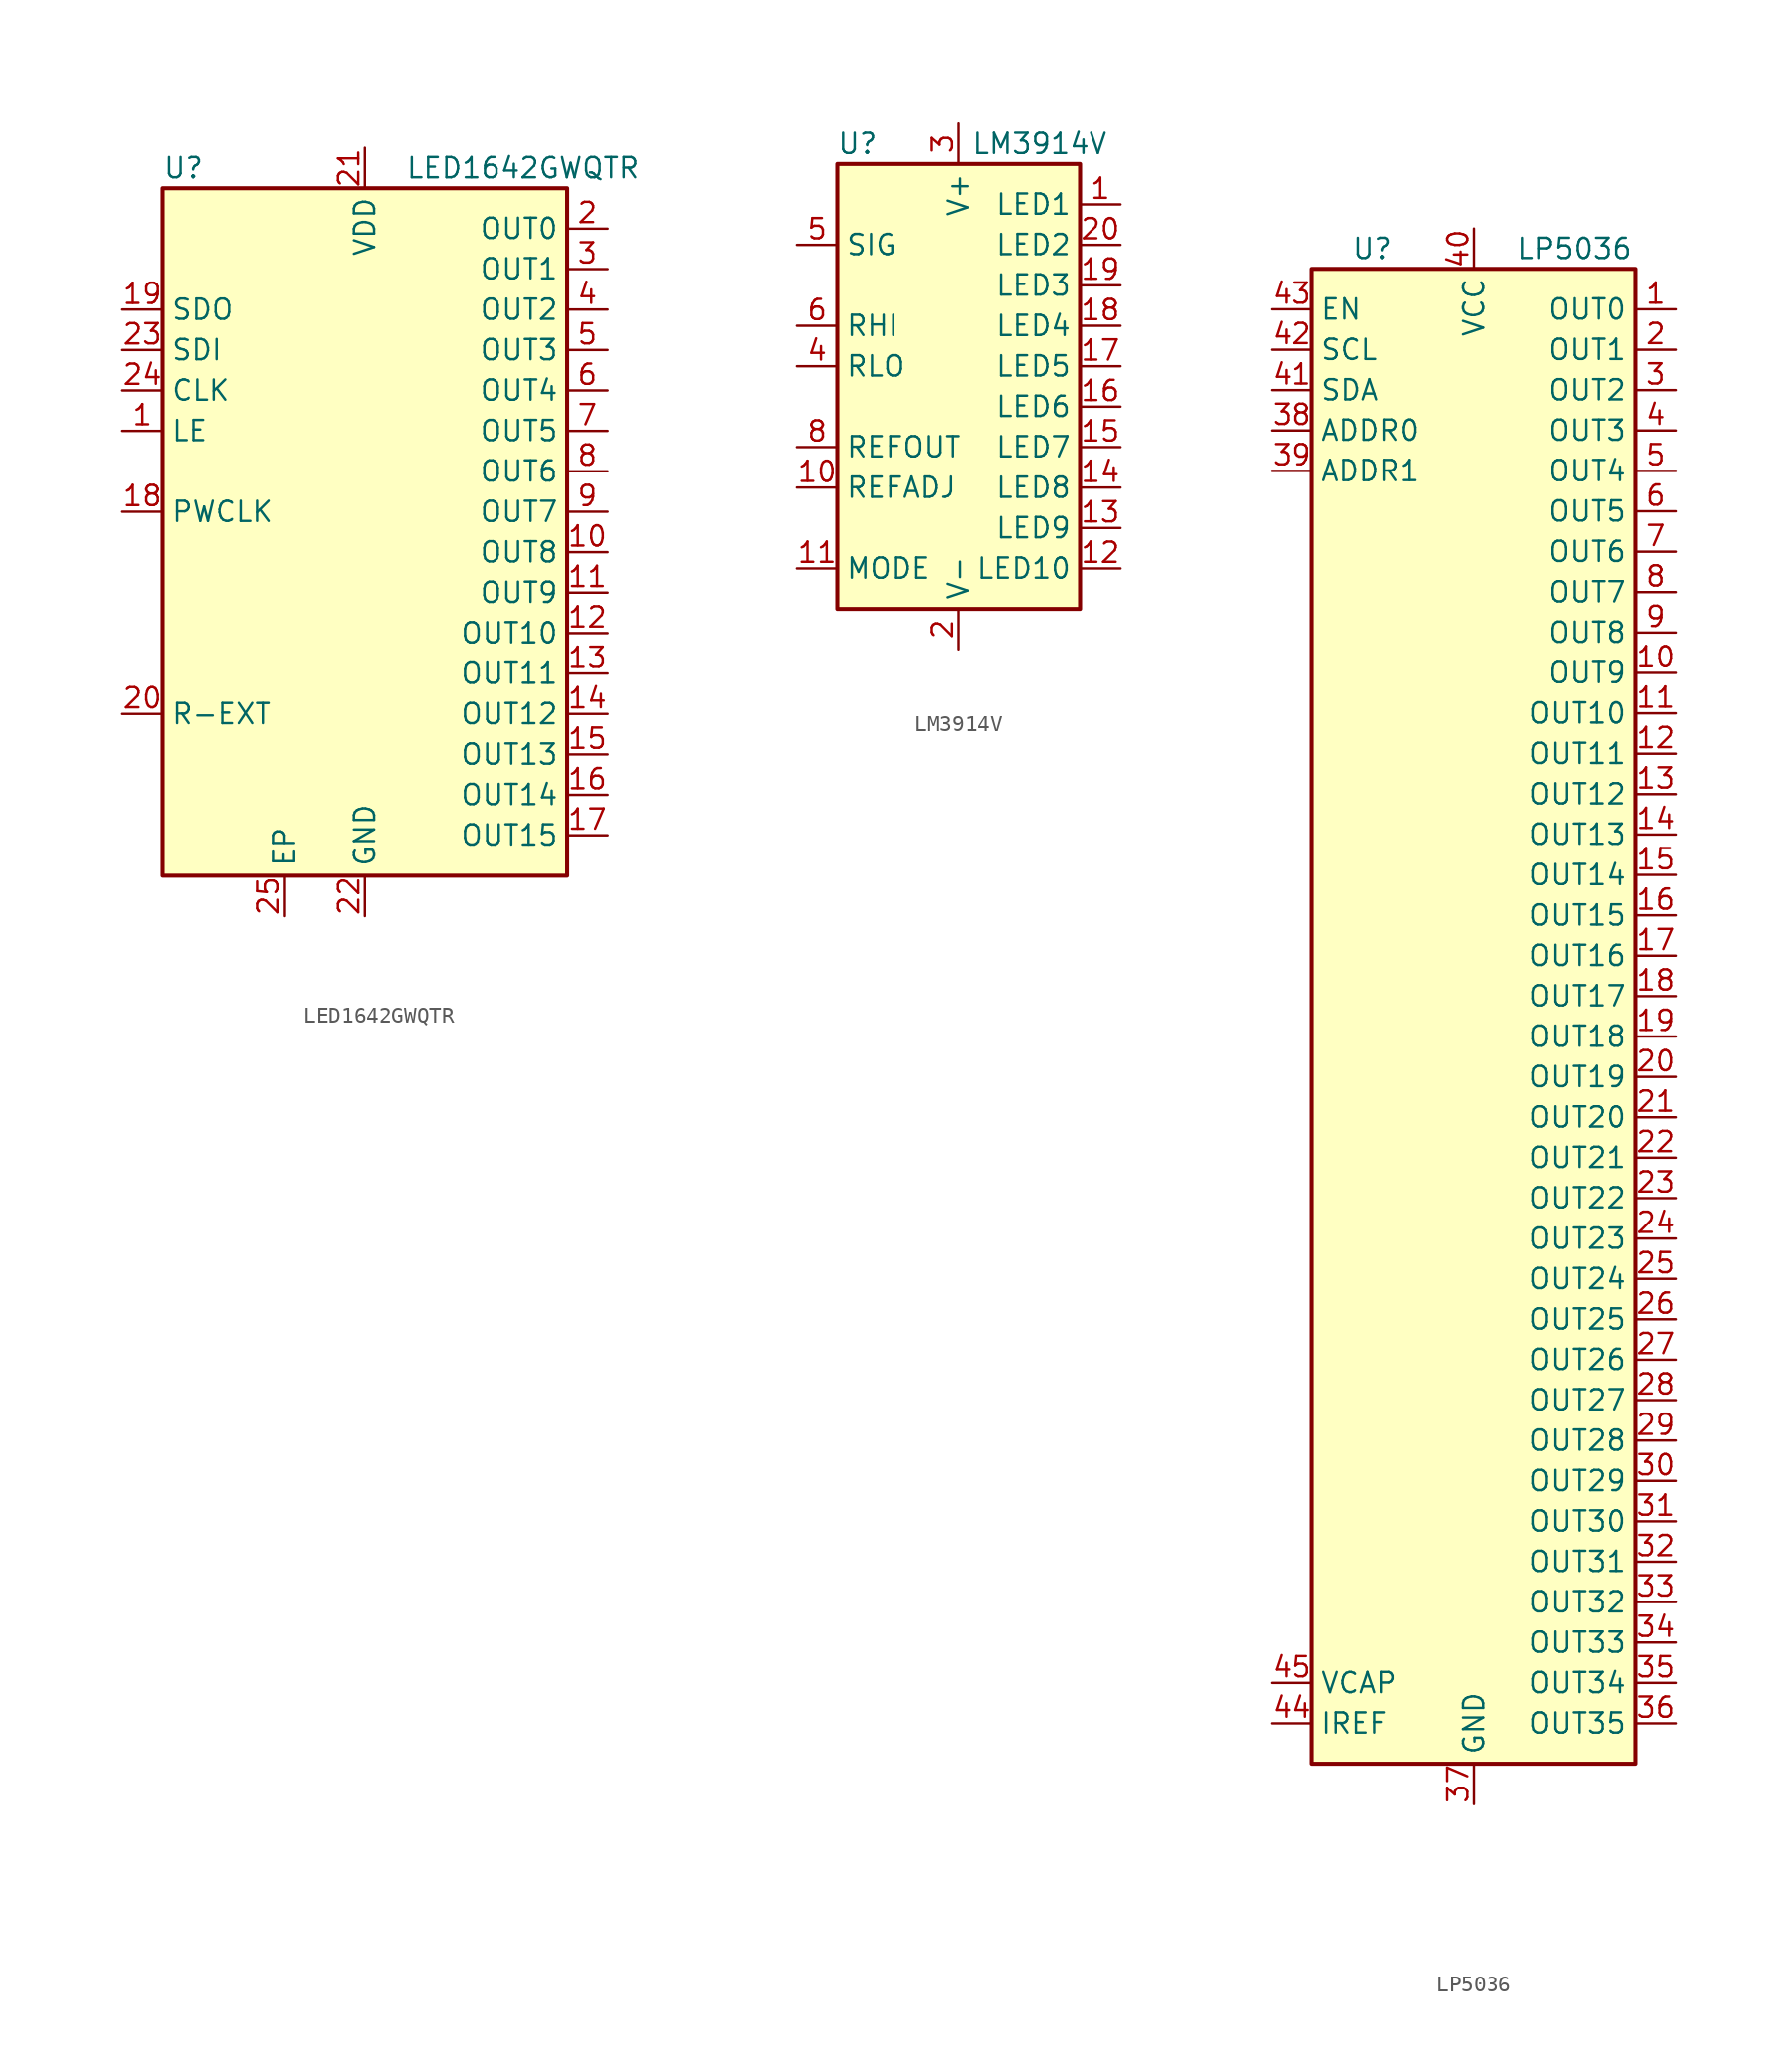
<source format=kicad_sym>
(kicad_symbol_lib
  (version 20211014)
  (generator kicad_symbol_editor)
  (symbol "LED1642GWQTR"
    (property "Reference" "U"
      (at -12.7 21.59 0)
      (effects (font (size 1.27 1.27)) (justify left)))
    (property "Value" "LED1642GWQTR"
      (at 2.54 21.59 0)
      (effects (font (size 1.27 1.27)) (justify left)))
    (symbol "LED1642GWQTR_0_1"
      (rectangle (start -12.7 20.32) (end 12.7 -22.86) (stroke (width 0.254) (type default) (color 0 0 0 0)) (fill (type background))))
    (symbol "LED1642GWQTR_1_1"
      (pin input line (at -15.24 5.08 0) (length 2.54) (name "LE" (effects (font (size 1.27 1.27)))) (number "1" (effects (font (size 1.27 1.27)))))
      (pin output line (at 15.24 -2.54 180) (length 2.54) (name "OUT8" (effects (font (size 1.27 1.27)))) (number "10" (effects (font (size 1.27 1.27)))))
      (pin output line (at 15.24 -5.08 180) (length 2.54) (name "OUT9" (effects (font (size 1.27 1.27)))) (number "11" (effects (font (size 1.27 1.27)))))
      (pin output line (at 15.24 -7.62 180) (length 2.54) (name "OUT10" (effects (font (size 1.27 1.27)))) (number "12" (effects (font (size 1.27 1.27)))))
      (pin output line (at 15.24 -10.16 180) (length 2.54) (name "OUT11" (effects (font (size 1.27 1.27)))) (number "13" (effects (font (size 1.27 1.27)))))
      (pin output line (at 15.24 -12.7 180) (length 2.54) (name "OUT12" (effects (font (size 1.27 1.27)))) (number "14" (effects (font (size 1.27 1.27)))))
      (pin output line (at 15.24 -15.24 180) (length 2.54) (name "OUT13" (effects (font (size 1.27 1.27)))) (number "15" (effects (font (size 1.27 1.27)))))
      (pin output line (at 15.24 -17.78 180) (length 2.54) (name "OUT14" (effects (font (size 1.27 1.27)))) (number "16" (effects (font (size 1.27 1.27)))))
      (pin output line (at 15.24 -20.32 180) (length 2.54) (name "OUT15" (effects (font (size 1.27 1.27)))) (number "17" (effects (font (size 1.27 1.27)))))
      (pin input line (at -15.24 0 0) (length 2.54) (name "PWCLK" (effects (font (size 1.27 1.27)))) (number "18" (effects (font (size 1.27 1.27)))))
      (pin output line (at -15.24 12.7 0) (length 2.54) (name "SDO" (effects (font (size 1.27 1.27)))) (number "19" (effects (font (size 1.27 1.27)))))
      (pin output line (at 15.24 17.78 180) (length 2.54) (name "OUT0" (effects (font (size 1.27 1.27)))) (number "2" (effects (font (size 1.27 1.27)))))
      (pin passive line (at -15.24 -12.7 0) (length 2.54) (name "R-EXT" (effects (font (size 1.27 1.27)))) (number "20" (effects (font (size 1.27 1.27)))))
      (pin power_in line (at 0 22.86 270) (length 2.54) (name "VDD" (effects (font (size 1.27 1.27)))) (number "21" (effects (font (size 1.27 1.27)))))
      (pin power_in line (at 0 -25.4 90) (length 2.54) (name "GND" (effects (font (size 1.27 1.27)))) (number "22" (effects (font (size 1.27 1.27)))))
      (pin input line (at -15.24 10.16 0) (length 2.54) (name "SDI" (effects (font (size 1.27 1.27)))) (number "23" (effects (font (size 1.27 1.27)))))
      (pin input line (at -15.24 7.62 0) (length 2.54) (name "CLK" (effects (font (size 1.27 1.27)))) (number "24" (effects (font (size 1.27 1.27)))))
      (pin passive line (at -5.08 -25.4 90) (length 2.54) (name "EP" (effects (font (size 1.27 1.27)))) (number "25" (effects (font (size 1.27 1.27)))))
      (pin output line (at 15.24 15.24 180) (length 2.54) (name "OUT1" (effects (font (size 1.27 1.27)))) (number "3" (effects (font (size 1.27 1.27)))))
      (pin output line (at 15.24 12.7 180) (length 2.54) (name "OUT2" (effects (font (size 1.27 1.27)))) (number "4" (effects (font (size 1.27 1.27)))))
      (pin output line (at 15.24 10.16 180) (length 2.54) (name "OUT3" (effects (font (size 1.27 1.27)))) (number "5" (effects (font (size 1.27 1.27)))))
      (pin output line (at 15.24 7.62 180) (length 2.54) (name "OUT4" (effects (font (size 1.27 1.27)))) (number "6" (effects (font (size 1.27 1.27)))))
      (pin output line (at 15.24 5.08 180) (length 2.54) (name "OUT5" (effects (font (size 1.27 1.27)))) (number "7" (effects (font (size 1.27 1.27)))))
      (pin output line (at 15.24 2.54 180) (length 2.54) (name "OUT6" (effects (font (size 1.27 1.27)))) (number "8" (effects (font (size 1.27 1.27)))))
      (pin output line (at 15.24 0 180) (length 2.54) (name "OUT7" (effects (font (size 1.27 1.27)))) (number "9" (effects (font (size 1.27 1.27)))))))
  (symbol "LM3914V"
    (property "Reference" "U"
      (at -6.35 13.97 0)
      (effects (font (size 1.27 1.27))))
    (property "Value" "LM3914V"
      (at 5.08 13.97 0)
      (effects (font (size 1.27 1.27))))
    (symbol "LM3914V_0_1"
      (rectangle (start -7.62 12.7) (end 7.62 -15.24) (stroke (width 0.254) (type default) (color 0 0 0 0)) (fill (type background))))
    (symbol "LM3914V_1_1"
      (pin open_collector line (at 10.16 10.16 180) (length 2.54) (name "LED1" (effects (font (size 1.27 1.27)))) (number "1" (effects (font (size 1.27 1.27)))))
      (pin input line (at -10.16 -7.62 0) (length 2.54) (name "REFADJ" (effects (font (size 1.27 1.27)))) (number "10" (effects (font (size 1.27 1.27)))))
      (pin input line (at -10.16 -12.7 0) (length 2.54) (name "MODE" (effects (font (size 1.27 1.27)))) (number "11" (effects (font (size 1.27 1.27)))))
      (pin open_collector line (at 10.16 -12.7 180) (length 2.54) (name "LED10" (effects (font (size 1.27 1.27)))) (number "12" (effects (font (size 1.27 1.27)))))
      (pin open_collector line (at 10.16 -10.16 180) (length 2.54) (name "LED9" (effects (font (size 1.27 1.27)))) (number "13" (effects (font (size 1.27 1.27)))))
      (pin open_collector line (at 10.16 -7.62 180) (length 2.54) (name "LED8" (effects (font (size 1.27 1.27)))) (number "14" (effects (font (size 1.27 1.27)))))
      (pin open_collector line (at 10.16 -5.08 180) (length 2.54) (name "LED7" (effects (font (size 1.27 1.27)))) (number "15" (effects (font (size 1.27 1.27)))))
      (pin open_collector line (at 10.16 -2.54 180) (length 2.54) (name "LED6" (effects (font (size 1.27 1.27)))) (number "16" (effects (font (size 1.27 1.27)))))
      (pin open_collector line (at 10.16 0 180) (length 2.54) (name "LED5" (effects (font (size 1.27 1.27)))) (number "17" (effects (font (size 1.27 1.27)))))
      (pin open_collector line (at 10.16 2.54 180) (length 2.54) (name "LED4" (effects (font (size 1.27 1.27)))) (number "18" (effects (font (size 1.27 1.27)))))
      (pin open_collector line (at 10.16 5.08 180) (length 2.54) (name "LED3" (effects (font (size 1.27 1.27)))) (number "19" (effects (font (size 1.27 1.27)))))
      (pin power_in line (at 0 -17.78 90) (length 2.54) (name "V-" (effects (font (size 1.27 1.27)))) (number "2" (effects (font (size 1.27 1.27)))))
      (pin open_collector line (at 10.16 7.62 180) (length 2.54) (name "LED2" (effects (font (size 1.27 1.27)))) (number "20" (effects (font (size 1.27 1.27)))))
      (pin power_in line (at 0 15.24 270) (length 2.54) (name "V+" (effects (font (size 1.27 1.27)))) (number "3" (effects (font (size 1.27 1.27)))))
      (pin input line (at -10.16 0 0) (length 2.54) (name "RLO" (effects (font (size 1.27 1.27)))) (number "4" (effects (font (size 1.27 1.27)))))
      (pin input line (at -10.16 7.62 0) (length 2.54) (name "SIG" (effects (font (size 1.27 1.27)))) (number "5" (effects (font (size 1.27 1.27)))))
      (pin input line (at -10.16 2.54 0) (length 2.54) (name "RHI" (effects (font (size 1.27 1.27)))) (number "6" (effects (font (size 1.27 1.27)))))
      (pin no_connect line (at -7.62 5.08 0) (length 2.54) hide (name "NC" (effects (font (size 1.27 1.27)))) (number "7" (effects (font (size 1.27 1.27)))))
      (pin output line (at -10.16 -5.08 0) (length 2.54) (name "REFOUT" (effects (font (size 1.27 1.27)))) (number "8" (effects (font (size 1.27 1.27)))))
      (pin no_connect line (at -7.62 -2.54 0) (length 2.54) hide (name "NC" (effects (font (size 1.27 1.27)))) (number "9" (effects (font (size 1.27 1.27)))))))
  (symbol "LP5036"
    (property "Reference" "U"
      (at -6.35 49.53 0)
      (effects (font (size 1.27 1.27))))
    (property "Value" "LP5036"
      (at 6.35 49.53 0)
      (effects (font (size 1.27 1.27))))
    (symbol "LP5036_0_1"
      (rectangle (start -10.16 48.26) (end 10.16 -45.72) (stroke (width 0.254) (type default) (color 0 0 0 0)) (fill (type background))))
    (symbol "LP5036_1_1"
      (pin power_out line (at 12.7 45.72 180) (length 2.54) (name "OUT0" (effects (font (size 1.27 1.27)))) (number "1" (effects (font (size 1.27 1.27)))))
      (pin power_out line (at 12.7 22.86 180) (length 2.54) (name "OUT9" (effects (font (size 1.27 1.27)))) (number "10" (effects (font (size 1.27 1.27)))))
      (pin power_out line (at 12.7 20.32 180) (length 2.54) (name "OUT10" (effects (font (size 1.27 1.27)))) (number "11" (effects (font (size 1.27 1.27)))))
      (pin power_out line (at 12.7 17.78 180) (length 2.54) (name "OUT11" (effects (font (size 1.27 1.27)))) (number "12" (effects (font (size 1.27 1.27)))))
      (pin power_out line (at 12.7 15.24 180) (length 2.54) (name "OUT12" (effects (font (size 1.27 1.27)))) (number "13" (effects (font (size 1.27 1.27)))))
      (pin power_out line (at 12.7 12.7 180) (length 2.54) (name "OUT13" (effects (font (size 1.27 1.27)))) (number "14" (effects (font (size 1.27 1.27)))))
      (pin power_out line (at 12.7 10.16 180) (length 2.54) (name "OUT14" (effects (font (size 1.27 1.27)))) (number "15" (effects (font (size 1.27 1.27)))))
      (pin power_out line (at 12.7 7.62 180) (length 2.54) (name "OUT15" (effects (font (size 1.27 1.27)))) (number "16" (effects (font (size 1.27 1.27)))))
      (pin power_out line (at 12.7 5.08 180) (length 2.54) (name "OUT16" (effects (font (size 1.27 1.27)))) (number "17" (effects (font (size 1.27 1.27)))))
      (pin power_out line (at 12.7 2.54 180) (length 2.54) (name "OUT17" (effects (font (size 1.27 1.27)))) (number "18" (effects (font (size 1.27 1.27)))))
      (pin power_out line (at 12.7 0 180) (length 2.54) (name "OUT18" (effects (font (size 1.27 1.27)))) (number "19" (effects (font (size 1.27 1.27)))))
      (pin power_out line (at 12.7 43.18 180) (length 2.54) (name "OUT1" (effects (font (size 1.27 1.27)))) (number "2" (effects (font (size 1.27 1.27)))))
      (pin power_out line (at 12.7 -2.54 180) (length 2.54) (name "OUT19" (effects (font (size 1.27 1.27)))) (number "20" (effects (font (size 1.27 1.27)))))
      (pin power_out line (at 12.7 -5.08 180) (length 2.54) (name "OUT20" (effects (font (size 1.27 1.27)))) (number "21" (effects (font (size 1.27 1.27)))))
      (pin power_out line (at 12.7 -7.62 180) (length 2.54) (name "OUT21" (effects (font (size 1.27 1.27)))) (number "22" (effects (font (size 1.27 1.27)))))
      (pin power_out line (at 12.7 -10.16 180) (length 2.54) (name "OUT22" (effects (font (size 1.27 1.27)))) (number "23" (effects (font (size 1.27 1.27)))))
      (pin power_out line (at 12.7 -12.7 180) (length 2.54) (name "OUT23" (effects (font (size 1.27 1.27)))) (number "24" (effects (font (size 1.27 1.27)))))
      (pin power_out line (at 12.7 -15.24 180) (length 2.54) (name "OUT24" (effects (font (size 1.27 1.27)))) (number "25" (effects (font (size 1.27 1.27)))))
      (pin power_out line (at 12.7 -17.78 180) (length 2.54) (name "OUT25" (effects (font (size 1.27 1.27)))) (number "26" (effects (font (size 1.27 1.27)))))
      (pin power_out line (at 12.7 -20.32 180) (length 2.54) (name "OUT26" (effects (font (size 1.27 1.27)))) (number "27" (effects (font (size 1.27 1.27)))))
      (pin power_out line (at 12.7 -22.86 180) (length 2.54) (name "OUT27" (effects (font (size 1.27 1.27)))) (number "28" (effects (font (size 1.27 1.27)))))
      (pin power_out line (at 12.7 -25.4 180) (length 2.54) (name "OUT28" (effects (font (size 1.27 1.27)))) (number "29" (effects (font (size 1.27 1.27)))))
      (pin power_out line (at 12.7 40.64 180) (length 2.54) (name "OUT2" (effects (font (size 1.27 1.27)))) (number "3" (effects (font (size 1.27 1.27)))))
      (pin power_out line (at 12.7 -27.94 180) (length 2.54) (name "OUT29" (effects (font (size 1.27 1.27)))) (number "30" (effects (font (size 1.27 1.27)))))
      (pin power_out line (at 12.7 -30.48 180) (length 2.54) (name "OUT30" (effects (font (size 1.27 1.27)))) (number "31" (effects (font (size 1.27 1.27)))))
      (pin power_out line (at 12.7 -33.02 180) (length 2.54) (name "OUT31" (effects (font (size 1.27 1.27)))) (number "32" (effects (font (size 1.27 1.27)))))
      (pin power_out line (at 12.7 -35.56 180) (length 2.54) (name "OUT32" (effects (font (size 1.27 1.27)))) (number "33" (effects (font (size 1.27 1.27)))))
      (pin power_out line (at 12.7 -38.1 180) (length 2.54) (name "OUT33" (effects (font (size 1.27 1.27)))) (number "34" (effects (font (size 1.27 1.27)))))
      (pin power_out line (at 12.7 -40.64 180) (length 2.54) (name "OUT34" (effects (font (size 1.27 1.27)))) (number "35" (effects (font (size 1.27 1.27)))))
      (pin power_out line (at 12.7 -43.18 180) (length 2.54) (name "OUT35" (effects (font (size 1.27 1.27)))) (number "36" (effects (font (size 1.27 1.27)))))
      (pin power_in line (at 0 -48.26 90) (length 2.54) (name "GND" (effects (font (size 1.27 1.27)))) (number "37" (effects (font (size 1.27 1.27)))))
      (pin input line (at -12.7 38.1 0) (length 2.54) (name "ADDR0" (effects (font (size 1.27 1.27)))) (number "38" (effects (font (size 1.27 1.27)))))
      (pin input line (at -12.7 35.56 0) (length 2.54) (name "ADDR1" (effects (font (size 1.27 1.27)))) (number "39" (effects (font (size 1.27 1.27)))))
      (pin power_out line (at 12.7 38.1 180) (length 2.54) (name "OUT3" (effects (font (size 1.27 1.27)))) (number "4" (effects (font (size 1.27 1.27)))))
      (pin power_in line (at 0 50.8 270) (length 2.54) (name "VCC" (effects (font (size 1.27 1.27)))) (number "40" (effects (font (size 1.27 1.27)))))
      (pin bidirectional line (at -12.7 40.64 0) (length 2.54) (name "SDA" (effects (font (size 1.27 1.27)))) (number "41" (effects (font (size 1.27 1.27)))))
      (pin input line (at -12.7 43.18 0) (length 2.54) (name "SCL" (effects (font (size 1.27 1.27)))) (number "42" (effects (font (size 1.27 1.27)))))
      (pin input line (at -12.7 45.72 0) (length 2.54) (name "EN" (effects (font (size 1.27 1.27)))) (number "43" (effects (font (size 1.27 1.27)))))
      (pin passive line (at -12.7 -43.18 0) (length 2.54) (name "IREF" (effects (font (size 1.27 1.27)))) (number "44" (effects (font (size 1.27 1.27)))))
      (pin passive line (at -12.7 -40.64 0) (length 2.54) (name "VCAP" (effects (font (size 1.27 1.27)))) (number "45" (effects (font (size 1.27 1.27)))))
      (pin passive line (at 0 -48.26 90) (length 2.54) hide (name "GND" (effects (font (size 1.27 1.27)))) (number "46" (effects (font (size 1.27 1.27)))))
      (pin passive line (at 0 -48.26 90) (length 2.54) hide (name "GND" (effects (font (size 1.27 1.27)))) (number "47" (effects (font (size 1.27 1.27)))))
      (pin power_out line (at 12.7 35.56 180) (length 2.54) (name "OUT4" (effects (font (size 1.27 1.27)))) (number "5" (effects (font (size 1.27 1.27)))))
      (pin power_out line (at 12.7 33.02 180) (length 2.54) (name "OUT5" (effects (font (size 1.27 1.27)))) (number "6" (effects (font (size 1.27 1.27)))))
      (pin power_out line (at 12.7 30.48 180) (length 2.54) (name "OUT6" (effects (font (size 1.27 1.27)))) (number "7" (effects (font (size 1.27 1.27)))))
      (pin power_out line (at 12.7 27.94 180) (length 2.54) (name "OUT7" (effects (font (size 1.27 1.27)))) (number "8" (effects (font (size 1.27 1.27)))))
      (pin power_out line (at 12.7 25.4 180) (length 2.54) (name "OUT8" (effects (font (size 1.27 1.27)))) (number "9" (effects (font (size 1.27 1.27))))))))
</source>
